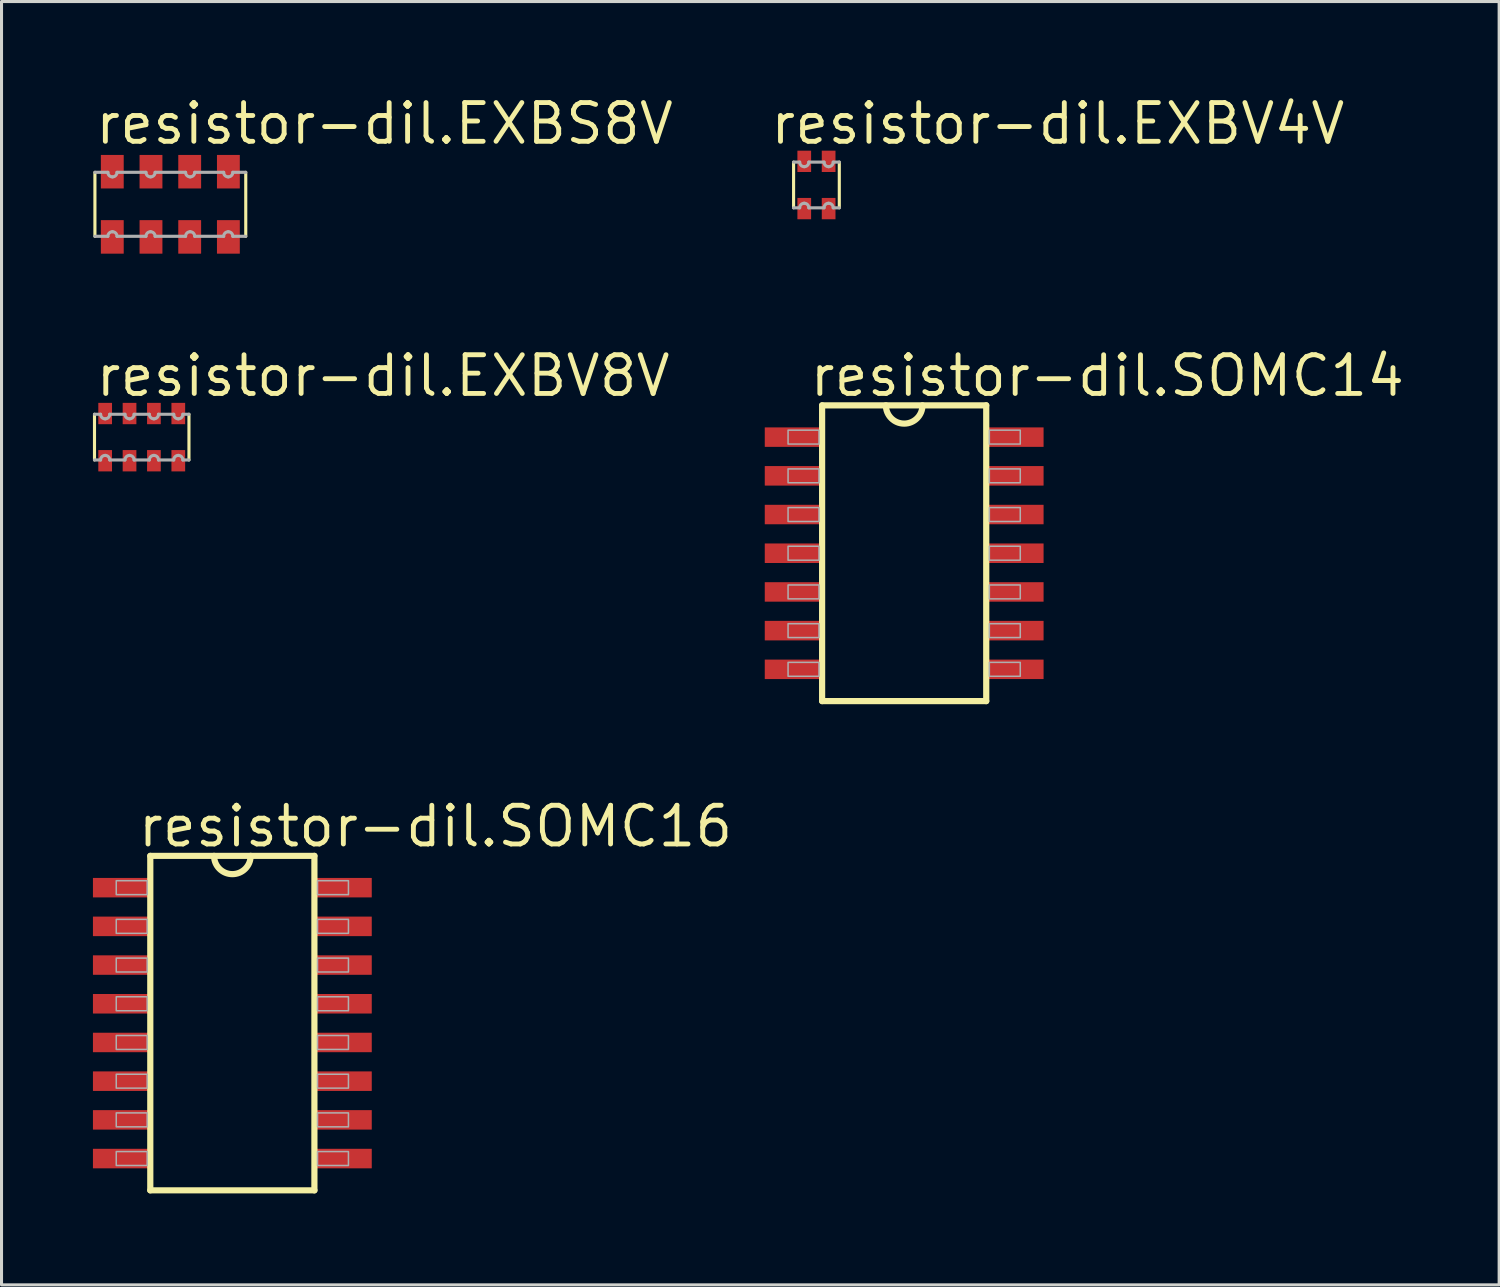
<source format=kicad_pcb>
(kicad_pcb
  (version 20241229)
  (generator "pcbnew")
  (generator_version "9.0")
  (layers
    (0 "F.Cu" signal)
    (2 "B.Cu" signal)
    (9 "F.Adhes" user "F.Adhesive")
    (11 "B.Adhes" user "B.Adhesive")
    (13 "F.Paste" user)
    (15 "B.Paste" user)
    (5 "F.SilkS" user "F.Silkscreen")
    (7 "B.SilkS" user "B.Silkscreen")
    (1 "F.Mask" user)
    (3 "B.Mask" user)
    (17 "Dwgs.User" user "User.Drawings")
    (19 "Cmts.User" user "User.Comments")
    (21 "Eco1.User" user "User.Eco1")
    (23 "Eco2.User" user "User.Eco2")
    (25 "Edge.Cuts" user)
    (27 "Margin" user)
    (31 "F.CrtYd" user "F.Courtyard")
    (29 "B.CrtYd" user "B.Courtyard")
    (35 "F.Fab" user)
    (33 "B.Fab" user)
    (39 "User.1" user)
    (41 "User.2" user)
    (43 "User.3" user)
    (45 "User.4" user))
  (footprint "resistor-dil.EXBS8V"
    (layer "F.Cu")
    (at 2.54 3.655)
    (property "Reference" "resistor-dil.EXBS8V" (at -2.54 -1.905 0) (layer "F.SilkS") (effects (font (size 1.27 1.27) (thickness 0.16)) (justify left bottom)))
    (attr smd)
    (fp_line (start -2.475 1.05) (end -2.475 -1.05) (stroke (width 0.102) (type default)) (layer "F.SilkS"))
    (fp_line (start 2.475 -1.05) (end 2.475 1.05) (stroke (width 0.102) (type default)) (layer "F.SilkS"))
    (fp_line (start -2.475 -1.05) (end -2.05 -1.05) (stroke (width 0.102) (type default)) (layer "F.Fab"))
    (fp_line (start -2.05 1.05) (end -2.475 1.05) (stroke (width 0.102) (type default)) (layer "F.Fab"))
    (fp_line (start -1.75 -1.05) (end -0.8 -1.05) (stroke (width 0.102) (type default)) (layer "F.Fab"))
    (fp_line (start -0.8 1.05) (end -1.75 1.05) (stroke (width 0.102) (type default)) (layer "F.Fab"))
    (fp_line (start -0.5 -1.05) (end 0.5 -1.05) (stroke (width 0.102) (type default)) (layer "F.Fab"))
    (fp_line (start 0.5 1.05) (end -0.5 1.05) (stroke (width 0.102) (type default)) (layer "F.Fab"))
    (fp_line (start 0.8 -1.05) (end 1.75 -1.05) (stroke (width 0.102) (type default)) (layer "F.Fab"))
    (fp_line (start 1.75 1.05) (end 0.8 1.05) (stroke (width 0.102) (type default)) (layer "F.Fab"))
    (fp_line (start 2.05 -1.05) (end 2.475 -1.05) (stroke (width 0.102) (type default)) (layer "F.Fab"))
    (fp_line (start 2.475 1.05) (end 2.05 1.05) (stroke (width 0.102) (type default)) (layer "F.Fab"))
    (fp_arc (start -2.05 1.05) (mid -2.006066 0.943934) (end -1.9 0.9) (stroke (width 0.1016) (type default)) (layer "F.Fab"))
    (fp_arc (start -1.9 -0.9) (mid -2.006066 -0.943934) (end -2.05 -1.05) (stroke (width 0.1016) (type default)) (layer "F.Fab"))
    (fp_arc (start -1.9 0.9) (mid -1.793934 0.943934) (end -1.75 1.05) (stroke (width 0.1016) (type default)) (layer "F.Fab"))
    (fp_arc (start -1.75 -1.05) (mid -1.793934 -0.943934) (end -1.9 -0.9) (stroke (width 0.1016) (type default)) (layer "F.Fab"))
    (fp_arc (start -0.8 1.05) (mid -0.756066 0.943934) (end -0.65 0.9) (stroke (width 0.1016) (type default)) (layer "F.Fab"))
    (fp_arc (start -0.65 -0.9) (mid -0.756066 -0.943934) (end -0.8 -1.05) (stroke (width 0.1016) (type default)) (layer "F.Fab"))
    (fp_arc (start -0.65 0.9) (mid -0.543934 0.943934) (end -0.5 1.05) (stroke (width 0.1016) (type default)) (layer "F.Fab"))
    (fp_arc (start -0.5 -1.05) (mid -0.543934 -0.943934) (end -0.65 -0.9) (stroke (width 0.1016) (type default)) (layer "F.Fab"))
    (fp_arc (start 0.5 1.05) (mid 0.543934 0.943934) (end 0.65 0.9) (stroke (width 0.1016) (type default)) (layer "F.Fab"))
    (fp_arc (start 0.65 -0.9) (mid 0.543934 -0.943934) (end 0.5 -1.05) (stroke (width 0.1016) (type default)) (layer "F.Fab"))
    (fp_arc (start 0.65 0.9) (mid 0.756066 0.943934) (end 0.8 1.05) (stroke (width 0.1016) (type default)) (layer "F.Fab"))
    (fp_arc (start 0.8 -1.05) (mid 0.756066 -0.943934) (end 0.65 -0.9) (stroke (width 0.1016) (type default)) (layer "F.Fab"))
    (fp_arc (start 1.75 1.05) (mid 1.793934 0.943934) (end 1.9 0.9) (stroke (width 0.1016) (type default)) (layer "F.Fab"))
    (fp_arc (start 1.9 -0.9) (mid 1.793934 -0.943934) (end 1.75 -1.05) (stroke (width 0.1016) (type default)) (layer "F.Fab"))
    (fp_arc (start 1.9 0.9) (mid 2.006066 0.943934) (end 2.05 1.05) (stroke (width 0.1016) (type default)) (layer "F.Fab"))
    (fp_arc (start 2.05 -1.05) (mid 2.006066 -0.943934) (end 1.9 -0.9) (stroke (width 0.1016) (type default)) (layer "F.Fab"))
    (pad "1" smd roundrect (at -1.905 1.07) (size 0.75 1.1) (layers "F.Cu" "F.Mask" "F.Paste") (roundrect_rratio 0.01))
    (pad "2" smd roundrect (at -0.635 1.07) (size 0.75 1.1) (layers "F.Cu" "F.Mask" "F.Paste") (roundrect_rratio 0.01))
    (pad "3" smd roundrect (at 0.635 1.07) (size 0.75 1.1) (layers "F.Cu" "F.Mask" "F.Paste") (roundrect_rratio 0.01))
    (pad "4" smd roundrect (at 1.905 1.07) (size 0.75 1.1) (layers "F.Cu" "F.Mask" "F.Paste") (roundrect_rratio 0.01))
    (pad "5" smd roundrect (at 1.905 -1.07 180) (size 0.75 1.1) (layers "F.Cu" "F.Mask" "F.Paste") (roundrect_rratio 0.01))
    (pad "6" smd roundrect (at 0.635 -1.07 180) (size 0.75 1.1) (layers "F.Cu" "F.Mask" "F.Paste") (roundrect_rratio 0.01))
    (pad "7" smd roundrect (at -0.635 -1.07 180) (size 0.75 1.1) (layers "F.Cu" "F.Mask" "F.Paste") (roundrect_rratio 0.01))
    (pad "8" smd roundrect (at -1.905 -1.07 180) (size 0.75 1.1) (layers "F.Cu" "F.Mask" "F.Paste") (roundrect_rratio 0.01)))
  (footprint "resistor-dil.EXBV4V"
    (layer "F.Cu")
    (at 23.743 3.02)
    (property "Reference" "resistor-dil.EXBV4V" (at -1.587 -1.27 0) (layer "F.SilkS") (effects (font (size 1.27 1.27) (thickness 0.16)) (justify left bottom)))
    (attr smd)
    (fp_line (start -0.75 0.75) (end -0.75 -0.75) (stroke (width 0.102) (type default)) (layer "F.SilkS"))
    (fp_line (start 0.75 -0.75) (end 0.75 0.75) (stroke (width 0.102) (type default)) (layer "F.SilkS"))
    (fp_line (start -0.75 -0.75) (end -0.55 -0.75) (stroke (width 0.102) (type default)) (layer "F.Fab"))
    (fp_line (start -0.55 0.75) (end -0.75 0.75) (stroke (width 0.102) (type default)) (layer "F.Fab"))
    (fp_line (start -0.25 -0.75) (end 0.25 -0.75) (stroke (width 0.102) (type default)) (layer "F.Fab"))
    (fp_line (start 0.25 0.75) (end -0.25 0.75) (stroke (width 0.102) (type default)) (layer "F.Fab"))
    (fp_line (start 0.55 -0.75) (end 0.75 -0.75) (stroke (width 0.102) (type default)) (layer "F.Fab"))
    (fp_line (start 0.75 0.75) (end 0.55 0.75) (stroke (width 0.102) (type default)) (layer "F.Fab"))
    (fp_arc (start -0.55 0.75) (mid -0.506066 0.643934) (end -0.4 0.6) (stroke (width 0.1016) (type default)) (layer "F.Fab"))
    (fp_arc (start -0.4 -0.6) (mid -0.506066 -0.643934) (end -0.55 -0.75) (stroke (width 0.1016) (type default)) (layer "F.Fab"))
    (fp_arc (start -0.4 0.6) (mid -0.293934 0.643934) (end -0.25 0.75) (stroke (width 0.1016) (type default)) (layer "F.Fab"))
    (fp_arc (start -0.25 -0.75) (mid -0.293934 -0.643934) (end -0.4 -0.6) (stroke (width 0.1016) (type default)) (layer "F.Fab"))
    (fp_arc (start 0.25 0.75) (mid 0.293934 0.643934) (end 0.4 0.6) (stroke (width 0.1016) (type default)) (layer "F.Fab"))
    (fp_arc (start 0.4 -0.6) (mid 0.293934 -0.643934) (end 0.25 -0.75) (stroke (width 0.1016) (type default)) (layer "F.Fab"))
    (fp_arc (start 0.4 0.6) (mid 0.506066 0.643934) (end 0.55 0.75) (stroke (width 0.1016) (type default)) (layer "F.Fab"))
    (fp_arc (start 0.55 -0.75) (mid 0.506066 -0.643934) (end 0.4 -0.6) (stroke (width 0.1016) (type default)) (layer "F.Fab"))
    (pad "1" smd roundrect (at -0.4 0.775) (size 0.45 0.7) (layers "F.Cu" "F.Mask" "F.Paste") (roundrect_rratio 0.01))
    (pad "2" smd roundrect (at 0.4 0.775) (size 0.45 0.7) (layers "F.Cu" "F.Mask" "F.Paste") (roundrect_rratio 0.01))
    (pad "3" smd roundrect (at 0.4 -0.775 180) (size 0.45 0.7) (layers "F.Cu" "F.Mask" "F.Paste") (roundrect_rratio 0.01))
    (pad "4" smd roundrect (at -0.4 -0.775 180) (size 0.45 0.7) (layers "F.Cu" "F.Mask" "F.Paste") (roundrect_rratio 0.01)))
  (footprint "resistor-dil.SOMC14"
    (layer "F.Cu")
    (at 26.622 15.105)
    (property "Reference" "resistor-dil.SOMC14" (at -3.175 -5.08 0) (layer "F.SilkS") (effects (font (size 1.27 1.27) (thickness 0.16)) (justify left bottom)))
    (attr smd)
    (fp_line (start -2.693 -4.853) (end -2.693 4.853) (stroke (width 0.203) (type default)) (layer "F.SilkS"))
    (fp_line (start -2.693 4.853) (end 2.693 4.853) (stroke (width 0.203) (type default)) (layer "F.SilkS"))
    (fp_line (start 2.693 -4.853) (end -2.693 -4.853) (stroke (width 0.203) (type default)) (layer "F.SilkS"))
    (fp_line (start 2.693 4.853) (end 2.693 -4.853) (stroke (width 0.203) (type default)) (layer "F.SilkS"))
    (fp_arc (start 0.6 -4.8534) (mid 0 -4.2534) (end -0.6 -4.8534) (stroke (width 0.2032) (type default)) (layer "F.SilkS"))
    (fp_rect (start -3.81 -3.582) (end -2.795 -4.038) (stroke (width 0.05) (type default)) (fill no) (layer "F.Fab"))
    (fp_rect (start -3.81 -2.312) (end -2.795 -2.768) (stroke (width 0.05) (type default)) (fill no) (layer "F.Fab"))
    (fp_rect (start -3.81 -1.042) (end -2.795 -1.498) (stroke (width 0.05) (type default)) (fill no) (layer "F.Fab"))
    (fp_rect (start -3.81 0.229) (end -2.795 -0.229) (stroke (width 0.05) (type default)) (fill no) (layer "F.Fab"))
    (fp_rect (start -3.81 1.498) (end -2.795 1.042) (stroke (width 0.05) (type default)) (fill no) (layer "F.Fab"))
    (fp_rect (start -3.81 2.768) (end -2.795 2.312) (stroke (width 0.05) (type default)) (fill no) (layer "F.Fab"))
    (fp_rect (start -3.81 4.038) (end -2.795 3.582) (stroke (width 0.05) (type default)) (fill no) (layer "F.Fab"))
    (fp_rect (start 2.795 -3.582) (end 3.81 -4.038) (stroke (width 0.05) (type default)) (fill no) (layer "F.Fab"))
    (fp_rect (start 2.795 -2.312) (end 3.81 -2.768) (stroke (width 0.05) (type default)) (fill no) (layer "F.Fab"))
    (fp_rect (start 2.795 -1.042) (end 3.81 -1.498) (stroke (width 0.05) (type default)) (fill no) (layer "F.Fab"))
    (fp_rect (start 2.795 0.229) (end 3.81 -0.229) (stroke (width 0.05) (type default)) (fill no) (layer "F.Fab"))
    (fp_rect (start 2.795 1.498) (end 3.81 1.042) (stroke (width 0.05) (type default)) (fill no) (layer "F.Fab"))
    (fp_rect (start 2.795 2.768) (end 3.81 2.312) (stroke (width 0.05) (type default)) (fill no) (layer "F.Fab"))
    (fp_rect (start 2.795 4.038) (end 3.81 3.582) (stroke (width 0.05) (type default)) (fill no) (layer "F.Fab"))
    (pad "1" smd roundrect (at -3.62 -3.81) (size 1.91 0.64) (layers "F.Cu" "F.Mask" "F.Paste") (roundrect_rratio 0.01))
    (pad "2" smd roundrect (at -3.62 -2.54) (size 1.91 0.64) (layers "F.Cu" "F.Mask" "F.Paste") (roundrect_rratio 0.01))
    (pad "3" smd roundrect (at -3.62 -1.27) (size 1.91 0.64) (layers "F.Cu" "F.Mask" "F.Paste") (roundrect_rratio 0.01))
    (pad "4" smd roundrect (at -3.62 0) (size 1.91 0.64) (layers "F.Cu" "F.Mask" "F.Paste") (roundrect_rratio 0.01))
    (pad "5" smd roundrect (at -3.62 1.27) (size 1.91 0.64) (layers "F.Cu" "F.Mask" "F.Paste") (roundrect_rratio 0.01))
    (pad "6" smd roundrect (at -3.62 2.54) (size 1.91 0.64) (layers "F.Cu" "F.Mask" "F.Paste") (roundrect_rratio 0.01))
    (pad "7" smd roundrect (at -3.62 3.81) (size 1.91 0.64) (layers "F.Cu" "F.Mask" "F.Paste") (roundrect_rratio 0.01))
    (pad "8" smd roundrect (at 3.62 3.81) (size 1.91 0.64) (layers "F.Cu" "F.Mask" "F.Paste") (roundrect_rratio 0.01))
    (pad "9" smd roundrect (at 3.62 2.54) (size 1.91 0.64) (layers "F.Cu" "F.Mask" "F.Paste") (roundrect_rratio 0.01))
    (pad "10" smd roundrect (at 3.62 1.27) (size 1.91 0.64) (layers "F.Cu" "F.Mask" "F.Paste") (roundrect_rratio 0.01))
    (pad "11" smd roundrect (at 3.62 0) (size 1.91 0.64) (layers "F.Cu" "F.Mask" "F.Paste") (roundrect_rratio 0.01))
    (pad "12" smd roundrect (at 3.62 -1.27) (size 1.91 0.64) (layers "F.Cu" "F.Mask" "F.Paste") (roundrect_rratio 0.01))
    (pad "13" smd roundrect (at 3.62 -2.54) (size 1.91 0.64) (layers "F.Cu" "F.Mask" "F.Paste") (roundrect_rratio 0.01))
    (pad "14" smd roundrect (at 3.62 -3.81) (size 1.91 0.64) (layers "F.Cu" "F.Mask" "F.Paste") (roundrect_rratio 0.01)))
  (footprint "resistor-dil.EXBV8V"
    (layer "F.Cu")
    (at 1.601 11.295)
    (property "Reference" "resistor-dil.EXBV8V" (at -1.587 -1.27 0) (layer "F.SilkS") (effects (font (size 1.27 1.27) (thickness 0.16)) (justify left bottom)))
    (attr smd)
    (fp_line (start -1.55 0.75) (end -1.55 -0.75) (stroke (width 0.102) (type default)) (layer "F.SilkS"))
    (fp_line (start 1.55 -0.75) (end 1.55 0.75) (stroke (width 0.102) (type default)) (layer "F.SilkS"))
    (fp_line (start -1.55 -0.75) (end -1.35 -0.75) (stroke (width 0.102) (type default)) (layer "F.Fab"))
    (fp_line (start -1.35 0.75) (end -1.55 0.75) (stroke (width 0.102) (type default)) (layer "F.Fab"))
    (fp_line (start -1.05 -0.75) (end -0.55 -0.75) (stroke (width 0.102) (type default)) (layer "F.Fab"))
    (fp_line (start -0.55 0.75) (end -1.05 0.75) (stroke (width 0.102) (type default)) (layer "F.Fab"))
    (fp_line (start -0.25 -0.75) (end 0.25 -0.75) (stroke (width 0.102) (type default)) (layer "F.Fab"))
    (fp_line (start 0.25 0.75) (end -0.25 0.75) (stroke (width 0.102) (type default)) (layer "F.Fab"))
    (fp_line (start 0.55 -0.75) (end 1.05 -0.75) (stroke (width 0.102) (type default)) (layer "F.Fab"))
    (fp_line (start 1.05 0.75) (end 0.55 0.75) (stroke (width 0.102) (type default)) (layer "F.Fab"))
    (fp_line (start 1.35 -0.75) (end 1.55 -0.75) (stroke (width 0.102) (type default)) (layer "F.Fab"))
    (fp_line (start 1.55 0.75) (end 1.35 0.75) (stroke (width 0.102) (type default)) (layer "F.Fab"))
    (fp_arc (start -1.35 0.75) (mid -1.306066 0.643934) (end -1.2 0.6) (stroke (width 0.1016) (type default)) (layer "F.Fab"))
    (fp_arc (start -1.2 -0.6) (mid -1.306066 -0.643934) (end -1.35 -0.75) (stroke (width 0.1016) (type default)) (layer "F.Fab"))
    (fp_arc (start -1.2 0.6) (mid -1.093934 0.643934) (end -1.05 0.75) (stroke (width 0.1016) (type default)) (layer "F.Fab"))
    (fp_arc (start -1.05 -0.75) (mid -1.093934 -0.643934) (end -1.2 -0.6) (stroke (width 0.1016) (type default)) (layer "F.Fab"))
    (fp_arc (start -0.55 0.75) (mid -0.506066 0.643934) (end -0.4 0.6) (stroke (width 0.1016) (type default)) (layer "F.Fab"))
    (fp_arc (start -0.4 -0.6) (mid -0.506066 -0.643934) (end -0.55 -0.75) (stroke (width 0.1016) (type default)) (layer "F.Fab"))
    (fp_arc (start -0.4 0.6) (mid -0.293934 0.643934) (end -0.25 0.75) (stroke (width 0.1016) (type default)) (layer "F.Fab"))
    (fp_arc (start -0.25 -0.75) (mid -0.293934 -0.643934) (end -0.4 -0.6) (stroke (width 0.1016) (type default)) (layer "F.Fab"))
    (fp_arc (start 0.25 0.75) (mid 0.293934 0.643934) (end 0.4 0.6) (stroke (width 0.1016) (type default)) (layer "F.Fab"))
    (fp_arc (start 0.4 -0.6) (mid 0.293934 -0.643934) (end 0.25 -0.75) (stroke (width 0.1016) (type default)) (layer "F.Fab"))
    (fp_arc (start 0.4 0.6) (mid 0.506066 0.643934) (end 0.55 0.75) (stroke (width 0.1016) (type default)) (layer "F.Fab"))
    (fp_arc (start 0.55 -0.75) (mid 0.506066 -0.643934) (end 0.4 -0.6) (stroke (width 0.1016) (type default)) (layer "F.Fab"))
    (fp_arc (start 1.05 0.75) (mid 1.093934 0.643934) (end 1.2 0.6) (stroke (width 0.1016) (type default)) (layer "F.Fab"))
    (fp_arc (start 1.2 -0.6) (mid 1.093934 -0.643934) (end 1.05 -0.75) (stroke (width 0.1016) (type default)) (layer "F.Fab"))
    (fp_arc (start 1.2 0.6) (mid 1.306066 0.643934) (end 1.35 0.75) (stroke (width 0.1016) (type default)) (layer "F.Fab"))
    (fp_arc (start 1.35 -0.75) (mid 1.306066 -0.643934) (end 1.2 -0.6) (stroke (width 0.1016) (type default)) (layer "F.Fab"))
    (pad "1" smd roundrect (at -1.2 0.775) (size 0.45 0.7) (layers "F.Cu" "F.Mask" "F.Paste") (roundrect_rratio 0.01))
    (pad "2" smd roundrect (at -0.4 0.775) (size 0.45 0.7) (layers "F.Cu" "F.Mask" "F.Paste") (roundrect_rratio 0.01))
    (pad "3" smd roundrect (at 0.4 0.775) (size 0.45 0.7) (layers "F.Cu" "F.Mask" "F.Paste") (roundrect_rratio 0.01))
    (pad "4" smd roundrect (at 1.2 0.775) (size 0.45 0.7) (layers "F.Cu" "F.Mask" "F.Paste") (roundrect_rratio 0.01))
    (pad "5" smd roundrect (at 1.2 -0.775 180) (size 0.45 0.7) (layers "F.Cu" "F.Mask" "F.Paste") (roundrect_rratio 0.01))
    (pad "6" smd roundrect (at 0.4 -0.775 180) (size 0.45 0.7) (layers "F.Cu" "F.Mask" "F.Paste") (roundrect_rratio 0.01))
    (pad "7" smd roundrect (at -0.4 -0.775 180) (size 0.45 0.7) (layers "F.Cu" "F.Mask" "F.Paste") (roundrect_rratio 0.01))
    (pad "8" smd roundrect (at -1.2 -0.775 180) (size 0.45 0.7) (layers "F.Cu" "F.Mask" "F.Paste") (roundrect_rratio 0.01)))
  (footprint "resistor-dil.SOMC16"
    (layer "F.Cu")
    (at 4.575 30.525)
    (property "Reference" "resistor-dil.SOMC16" (at -3.175 -5.715 0) (layer "F.SilkS") (effects (font (size 1.27 1.27) (thickness 0.16)) (justify left bottom)))
    (attr smd)
    (fp_line (start -2.693 -5.488) (end -2.693 5.488) (stroke (width 0.203) (type default)) (layer "F.SilkS"))
    (fp_line (start -2.693 5.488) (end 2.693 5.488) (stroke (width 0.203) (type default)) (layer "F.SilkS"))
    (fp_line (start 2.693 -5.488) (end -2.693 -5.488) (stroke (width 0.203) (type default)) (layer "F.SilkS"))
    (fp_line (start 2.693 5.488) (end 2.693 -5.488) (stroke (width 0.203) (type default)) (layer "F.SilkS"))
    (fp_arc (start 0.6 -5.4884) (mid 0 -4.8884) (end -0.6 -5.4884) (stroke (width 0.2032) (type default)) (layer "F.SilkS"))
    (fp_rect (start -3.81 -4.216) (end -2.795 -4.673) (stroke (width 0.05) (type default)) (fill no) (layer "F.Fab"))
    (fp_rect (start -3.81 -2.946) (end -2.795 -3.404) (stroke (width 0.05) (type default)) (fill no) (layer "F.Fab"))
    (fp_rect (start -3.81 -1.677) (end -2.795 -2.134) (stroke (width 0.05) (type default)) (fill no) (layer "F.Fab"))
    (fp_rect (start -3.81 -0.406) (end -2.795 -0.864) (stroke (width 0.05) (type default)) (fill no) (layer "F.Fab"))
    (fp_rect (start -3.81 0.864) (end -2.795 0.406) (stroke (width 0.05) (type default)) (fill no) (layer "F.Fab"))
    (fp_rect (start -3.81 2.134) (end -2.795 1.677) (stroke (width 0.05) (type default)) (fill no) (layer "F.Fab"))
    (fp_rect (start -3.81 3.404) (end -2.795 2.946) (stroke (width 0.05) (type default)) (fill no) (layer "F.Fab"))
    (fp_rect (start -3.81 4.673) (end -2.795 4.216) (stroke (width 0.05) (type default)) (fill no) (layer "F.Fab"))
    (fp_rect (start 2.795 -4.216) (end 3.81 -4.673) (stroke (width 0.05) (type default)) (fill no) (layer "F.Fab"))
    (fp_rect (start 2.795 -2.946) (end 3.81 -3.404) (stroke (width 0.05) (type default)) (fill no) (layer "F.Fab"))
    (fp_rect (start 2.795 -1.677) (end 3.81 -2.134) (stroke (width 0.05) (type default)) (fill no) (layer "F.Fab"))
    (fp_rect (start 2.795 -0.406) (end 3.81 -0.864) (stroke (width 0.05) (type default)) (fill no) (layer "F.Fab"))
    (fp_rect (start 2.795 0.864) (end 3.81 0.406) (stroke (width 0.05) (type default)) (fill no) (layer "F.Fab"))
    (fp_rect (start 2.795 2.134) (end 3.81 1.677) (stroke (width 0.05) (type default)) (fill no) (layer "F.Fab"))
    (fp_rect (start 2.795 3.404) (end 3.81 2.946) (stroke (width 0.05) (type default)) (fill no) (layer "F.Fab"))
    (fp_rect (start 2.795 4.673) (end 3.81 4.216) (stroke (width 0.05) (type default)) (fill no) (layer "F.Fab"))
    (pad "1" smd roundrect (at -3.62 -4.445) (size 1.91 0.64) (layers "F.Cu" "F.Mask" "F.Paste") (roundrect_rratio 0.01))
    (pad "2" smd roundrect (at -3.62 -3.175) (size 1.91 0.64) (layers "F.Cu" "F.Mask" "F.Paste") (roundrect_rratio 0.01))
    (pad "3" smd roundrect (at -3.62 -1.905) (size 1.91 0.64) (layers "F.Cu" "F.Mask" "F.Paste") (roundrect_rratio 0.01))
    (pad "4" smd roundrect (at -3.62 -0.635) (size 1.91 0.64) (layers "F.Cu" "F.Mask" "F.Paste") (roundrect_rratio 0.01))
    (pad "5" smd roundrect (at -3.62 0.635) (size 1.91 0.64) (layers "F.Cu" "F.Mask" "F.Paste") (roundrect_rratio 0.01))
    (pad "6" smd roundrect (at -3.62 1.905) (size 1.91 0.64) (layers "F.Cu" "F.Mask" "F.Paste") (roundrect_rratio 0.01))
    (pad "7" smd roundrect (at -3.62 3.175) (size 1.91 0.64) (layers "F.Cu" "F.Mask" "F.Paste") (roundrect_rratio 0.01))
    (pad "8" smd roundrect (at -3.62 4.445 180) (size 1.91 0.64) (layers "F.Cu" "F.Mask" "F.Paste") (roundrect_rratio 0.01))
    (pad "9" smd roundrect (at 3.62 4.445) (size 1.91 0.64) (layers "F.Cu" "F.Mask" "F.Paste") (roundrect_rratio 0.01))
    (pad "10" smd roundrect (at 3.62 3.175) (size 1.91 0.64) (layers "F.Cu" "F.Mask" "F.Paste") (roundrect_rratio 0.01))
    (pad "11" smd roundrect (at 3.62 1.905) (size 1.91 0.64) (layers "F.Cu" "F.Mask" "F.Paste") (roundrect_rratio 0.01))
    (pad "12" smd roundrect (at 3.62 0.635) (size 1.91 0.64) (layers "F.Cu" "F.Mask" "F.Paste") (roundrect_rratio 0.01))
    (pad "13" smd roundrect (at 3.62 -0.635) (size 1.91 0.64) (layers "F.Cu" "F.Mask" "F.Paste") (roundrect_rratio 0.01))
    (pad "14" smd roundrect (at 3.62 -1.905) (size 1.91 0.64) (layers "F.Cu" "F.Mask" "F.Paste") (roundrect_rratio 0.01))
    (pad "15" smd roundrect (at 3.62 -3.175) (size 1.91 0.64) (layers "F.Cu" "F.Mask" "F.Paste") (roundrect_rratio 0.01))
    (pad "16" smd roundrect (at 3.62 -4.445) (size 1.91 0.64) (layers "F.Cu" "F.Mask" "F.Paste") (roundrect_rratio 0.01)))
  (gr_rect
    (start -3 -3)
    (end 46.147 39.115)
    (stroke (width 0.1) (type default))
    (fill no)
    (layer "Edge.Cuts")))
</source>
